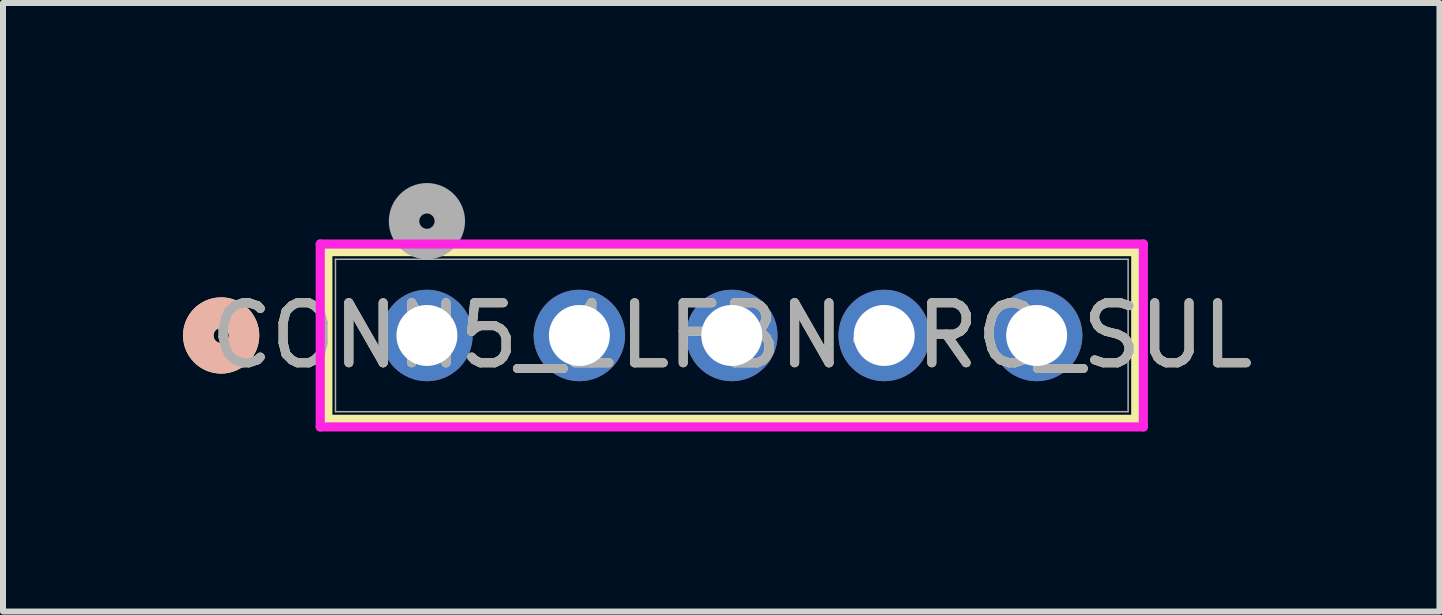
<source format=kicad_pcb>
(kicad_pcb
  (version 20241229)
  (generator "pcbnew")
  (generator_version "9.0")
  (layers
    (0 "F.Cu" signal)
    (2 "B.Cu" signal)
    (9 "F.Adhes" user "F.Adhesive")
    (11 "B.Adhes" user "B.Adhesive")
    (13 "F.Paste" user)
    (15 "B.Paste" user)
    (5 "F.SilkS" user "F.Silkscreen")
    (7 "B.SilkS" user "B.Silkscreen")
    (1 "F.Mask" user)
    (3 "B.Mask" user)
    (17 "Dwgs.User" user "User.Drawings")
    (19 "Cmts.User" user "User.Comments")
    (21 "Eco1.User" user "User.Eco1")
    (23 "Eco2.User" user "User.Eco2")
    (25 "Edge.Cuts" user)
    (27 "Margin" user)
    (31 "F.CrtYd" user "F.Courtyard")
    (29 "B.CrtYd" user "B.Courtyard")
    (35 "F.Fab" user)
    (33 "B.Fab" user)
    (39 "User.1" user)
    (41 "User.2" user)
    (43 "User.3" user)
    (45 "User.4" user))
  (footprint "CONN5_1LFBN-RC_SUL"
    (layer "F.Cu")
    (at 4.064 2.54)
    (property "Reference" "CONN5_1LFBN-RC_SUL" (at 5.08 0 0) (unlocked yes) (layer "F.SilkS") (effects (font (size 1 1) (thickness 0.15))))
    (attr through_hole)
    (fp_line (start -1.651 -1.397) (end -1.651 1.397) (stroke (width 0.152) (type solid)) (layer "F.SilkS"))
    (fp_line (start -1.651 1.397) (end 11.811 1.397) (stroke (width 0.152) (type solid)) (layer "F.SilkS"))
    (fp_line (start 11.811 -1.397) (end -1.651 -1.397) (stroke (width 0.152) (type solid)) (layer "F.SilkS"))
    (fp_line (start 11.811 1.397) (end 11.811 -1.397) (stroke (width 0.152) (type solid)) (layer "F.SilkS"))
    (fp_circle (center -3.429 0) (end -3.048 0) (stroke (width 0.508) (type solid)) (fill no) (layer "F.SilkS"))
    (fp_circle (center -3.429 0) (end -3.048 0) (stroke (width 0.508) (type solid)) (fill no) (layer "B.SilkS"))
    (fp_line (start -1.778 -1.524) (end -1.778 1.524) (stroke (width 0.152) (type solid)) (layer "F.CrtYd"))
    (fp_line (start -1.778 1.524) (end 11.938 1.524) (stroke (width 0.152) (type solid)) (layer "F.CrtYd"))
    (fp_line (start 11.938 -1.524) (end -1.778 -1.524) (stroke (width 0.152) (type solid)) (layer "F.CrtYd"))
    (fp_line (start 11.938 1.524) (end 11.938 -1.524) (stroke (width 0.152) (type solid)) (layer "F.CrtYd"))
    (fp_line (start -1.524 -1.27) (end -1.524 1.27) (stroke (width 0.025) (type solid)) (layer "F.Fab"))
    (fp_line (start -1.524 1.27) (end 11.684 1.27) (stroke (width 0.025) (type solid)) (layer "F.Fab"))
    (fp_line (start 11.684 -1.27) (end -1.524 -1.27) (stroke (width 0.025) (type solid)) (layer "F.Fab"))
    (fp_line (start 11.684 1.27) (end 11.684 -1.27) (stroke (width 0.025) (type solid)) (layer "F.Fab"))
    (fp_circle (center 0 -1.905) (end 0.381 -1.905) (stroke (width 0.508) (type solid)) (fill no) (layer "F.Fab"))
    (fp_text user "${REFERENCE}" (at 5.08 0 0) (unlocked yes) (layer "F.Fab") (effects (font (size 1 1) (thickness 0.15))))
    (pad "1" thru_hole circle (at 0 0) (size 1.524 1.524) (drill 1.016) (layers "*.Cu" "*.Mask"))
    (pad "2" thru_hole circle (at 2.54 0) (size 1.524 1.524) (drill 1.016) (layers "*.Cu" "*.Mask"))
    (pad "3" thru_hole circle (at 5.08 0) (size 1.524 1.524) (drill 1.016) (layers "*.Cu" "*.Mask"))
    (pad "4" thru_hole circle (at 7.62 0) (size 1.524 1.524) (drill 1.016) (layers "*.Cu" "*.Mask"))
    (pad "5" thru_hole circle (at 10.16 0) (size 1.524 1.524) (drill 1.016) (layers "*.Cu" "*.Mask")))
  (gr_rect
    (start -3 -3)
    (end 20.936 7.14)
    (stroke (width 0.1) (type default))
    (fill no)
    (layer "Edge.Cuts")))
</source>
